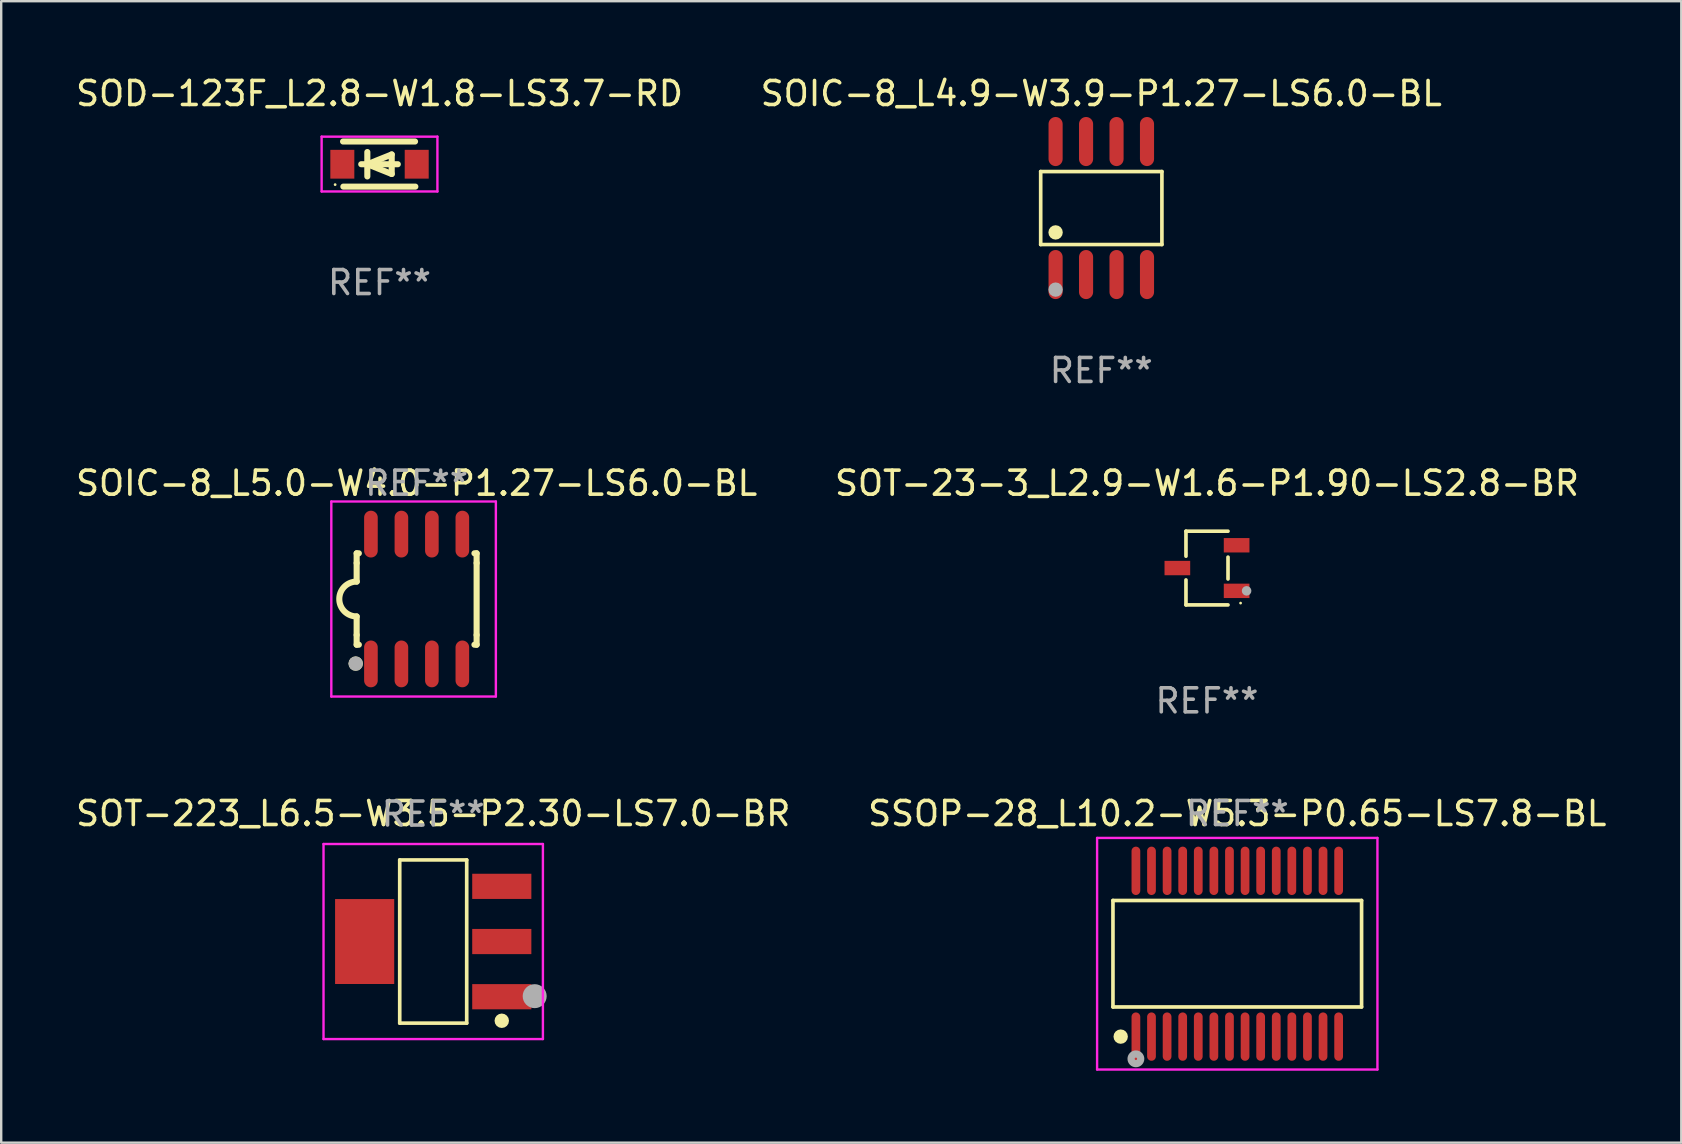
<source format=kicad_pcb>
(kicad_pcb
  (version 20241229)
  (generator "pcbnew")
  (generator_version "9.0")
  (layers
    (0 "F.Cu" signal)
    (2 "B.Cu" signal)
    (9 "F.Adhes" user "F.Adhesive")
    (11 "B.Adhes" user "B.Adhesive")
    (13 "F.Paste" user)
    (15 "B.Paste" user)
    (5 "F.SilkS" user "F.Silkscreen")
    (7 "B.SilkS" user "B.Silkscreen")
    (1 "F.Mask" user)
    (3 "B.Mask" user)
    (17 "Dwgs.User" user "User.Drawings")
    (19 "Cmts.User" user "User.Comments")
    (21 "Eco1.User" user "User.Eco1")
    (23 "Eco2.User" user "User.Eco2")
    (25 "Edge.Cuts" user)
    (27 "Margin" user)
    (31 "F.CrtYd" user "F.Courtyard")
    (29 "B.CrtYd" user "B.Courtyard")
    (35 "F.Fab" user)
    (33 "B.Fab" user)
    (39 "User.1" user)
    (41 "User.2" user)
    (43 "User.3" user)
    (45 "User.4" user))
  (footprint "SOD-123F_L2.8-W1.8-LS3.7-RD"
    (layer "F.Cu")
    (at 12.768 3.788)
    (property "Reference" "SOD-123F_L2.8-W1.8-LS3.7-RD" (at 0 -2.94 0) (layer "F.SilkS") (effects (font (size 1 1) (thickness 0.15))))
    (attr smd)
    (fp_line (start -1.52 -0.94) (end 1.48 -0.94) (stroke (width 0.254) (type solid)) (layer "F.SilkS"))
    (fp_line (start -1.507 0.94) (end 1.493 0.94) (stroke (width 0.254) (type solid)) (layer "F.SilkS"))
    (fp_line (start -0.762 0.007) (end 0.762 0.007) (stroke (width 0.254) (type solid)) (layer "F.SilkS"))
    (fp_line (start -0.508 -0.501) (end -0.508 0.515) (stroke (width 0.254) (type solid)) (layer "F.SilkS"))
    (fp_line (start -0.508 0.007) (end 0.508 -0.4) (stroke (width 0.254) (type solid)) (layer "F.SilkS"))
    (fp_line (start 0.508 -0.4) (end 0.508 0.413) (stroke (width 0.254) (type solid)) (layer "F.SilkS"))
    (fp_line (start 0.508 0.413) (end -0.508 0.007) (stroke (width 0.254) (type solid)) (layer "F.SilkS"))
    (fp_circle (center -1.85 0.857) (end -1.82 0.857) (stroke (width 0.06) (type solid)) (fill no) (layer "F.SilkS"))
    (fp_line (start -2.413 -1.143) (end 2.413 -1.143) (stroke (width 0.1) (type solid)) (layer "F.CrtYd"))
    (fp_line (start -2.413 1.143) (end -2.413 -1.143) (stroke (width 0.1) (type solid)) (layer "F.CrtYd"))
    (fp_line (start 2.413 -1.143) (end 2.413 1.143) (stroke (width 0.1) (type solid)) (layer "F.CrtYd"))
    (fp_line (start 2.413 1.143) (end -2.413 1.143) (stroke (width 0.1) (type solid)) (layer "F.CrtYd"))
    (fp_text user "REF**" (at 0 4.94 0) (layer "F.Fab") (effects (font (size 1 1) (thickness 0.15))))
    (pad "1" smd rect (at 1.55 0.007) (size 1 1.2) (layers "F.Cu" "F.Mask" "F.Paste"))
    (pad "2" smd rect (at -1.55 0.007) (size 1 1.2) (layers "F.Cu" "F.Mask" "F.Paste")))
  (footprint "SSOP-28_L10.2-W5.3-P0.65-LS7.8-BL"
    (layer "F.Cu")
    (at 48.518 36.7)
    (property "Reference" "SSOP-28_L10.2-W5.3-P0.65-LS7.8-BL" (at 0 -5.842 0) (layer "F.SilkS") (effects (font (size 1 1) (thickness 0.15))))
    (attr through_hole)
    (fp_line (start -5.181 -2.219) (end 5.181 -2.219) (stroke (width 0.152) (type solid)) (layer "F.SilkS"))
    (fp_line (start -5.181 2.219) (end -5.181 -2.219) (stroke (width 0.152) (type solid)) (layer "F.SilkS"))
    (fp_line (start 5.181 -2.219) (end 5.181 2.219) (stroke (width 0.152) (type solid)) (layer "F.SilkS"))
    (fp_line (start 5.181 2.219) (end -5.181 2.219) (stroke (width 0.152) (type solid)) (layer "F.SilkS"))
    (fp_circle (center -4.859 3.455) (end -4.709 3.455) (stroke (width 0.3) (type solid)) (fill no) (layer "F.SilkS"))
    (fp_line (start -5.842 -4.826) (end 5.842 -4.826) (stroke (width 0.1) (type solid)) (layer "F.CrtYd"))
    (fp_line (start -5.842 4.826) (end -5.842 -4.826) (stroke (width 0.1) (type solid)) (layer "F.CrtYd"))
    (fp_line (start 5.842 -4.826) (end 5.842 4.826) (stroke (width 0.1) (type solid)) (layer "F.CrtYd"))
    (fp_line (start 5.842 4.826) (end -5.842 4.826) (stroke (width 0.1) (type solid)) (layer "F.CrtYd"))
    (fp_circle (center -4.225 4.381) (end -4.174 4.381) (stroke (width 0.3) (type solid)) (fill no) (layer "F.Fab"))
    (fp_text user "REF**" (at 0 -5.842 0) (layer "F.Fab") (effects (font (size 1 1) (thickness 0.15))))
    (pad "1" smd oval (at -4.225 3.455) (size 0.364 2.015) (layers "F.Cu" "F.Mask" "F.Paste"))
    (pad "2" smd oval (at -3.575 3.455) (size 0.364 2.015) (layers "F.Cu" "F.Mask" "F.Paste"))
    (pad "3" smd oval (at -2.925 3.455) (size 0.364 2.015) (layers "F.Cu" "F.Mask" "F.Paste"))
    (pad "4" smd oval (at -2.275 3.455) (size 0.364 2.015) (layers "F.Cu" "F.Mask" "F.Paste"))
    (pad "5" smd oval (at -1.625 3.455) (size 0.364 2.015) (layers "F.Cu" "F.Mask" "F.Paste"))
    (pad "6" smd oval (at -0.975 3.455) (size 0.364 2.015) (layers "F.Cu" "F.Mask" "F.Paste"))
    (pad "7" smd oval (at -0.325 3.455) (size 0.364 2.015) (layers "F.Cu" "F.Mask" "F.Paste"))
    (pad "8" smd oval (at 0.325 3.455) (size 0.364 2.015) (layers "F.Cu" "F.Mask" "F.Paste"))
    (pad "9" smd oval (at 0.975 3.455) (size 0.364 2.015) (layers "F.Cu" "F.Mask" "F.Paste"))
    (pad "10" smd oval (at 1.625 3.455) (size 0.364 2.015) (layers "F.Cu" "F.Mask" "F.Paste"))
    (pad "11" smd oval (at 2.275 3.455) (size 0.364 2.015) (layers "F.Cu" "F.Mask" "F.Paste"))
    (pad "12" smd oval (at 2.925 3.455) (size 0.364 2.015) (layers "F.Cu" "F.Mask" "F.Paste"))
    (pad "13" smd oval (at 3.575 3.455) (size 0.364 2.015) (layers "F.Cu" "F.Mask" "F.Paste"))
    (pad "14" smd oval (at 4.225 3.455) (size 0.364 2.015) (layers "F.Cu" "F.Mask" "F.Paste"))
    (pad "15" smd oval (at 4.225 -3.455) (size 0.364 2.015) (layers "F.Cu" "F.Mask" "F.Paste"))
    (pad "16" smd oval (at 3.575 -3.455) (size 0.364 2.015) (layers "F.Cu" "F.Mask" "F.Paste"))
    (pad "17" smd oval (at 2.925 -3.455) (size 0.364 2.015) (layers "F.Cu" "F.Mask" "F.Paste"))
    (pad "18" smd oval (at 2.275 -3.455) (size 0.364 2.015) (layers "F.Cu" "F.Mask" "F.Paste"))
    (pad "19" smd oval (at 1.625 -3.455) (size 0.364 2.015) (layers "F.Cu" "F.Mask" "F.Paste"))
    (pad "20" smd oval (at 0.975 -3.455) (size 0.364 2.015) (layers "F.Cu" "F.Mask" "F.Paste"))
    (pad "21" smd oval (at 0.325 -3.455) (size 0.364 2.015) (layers "F.Cu" "F.Mask" "F.Paste"))
    (pad "22" smd oval (at -0.325 -3.455) (size 0.364 2.015) (layers "F.Cu" "F.Mask" "F.Paste"))
    (pad "23" smd oval (at -0.975 -3.455) (size 0.364 2.015) (layers "F.Cu" "F.Mask" "F.Paste"))
    (pad "24" smd oval (at -1.625 -3.455) (size 0.364 2.015) (layers "F.Cu" "F.Mask" "F.Paste"))
    (pad "25" smd oval (at -2.275 -3.455) (size 0.364 2.015) (layers "F.Cu" "F.Mask" "F.Paste"))
    (pad "26" smd oval (at -2.925 -3.455) (size 0.364 2.015) (layers "F.Cu" "F.Mask" "F.Paste"))
    (pad "27" smd oval (at -3.575 -3.455) (size 0.364 2.015) (layers "F.Cu" "F.Mask" "F.Paste"))
    (pad "28" smd oval (at -4.225 -3.455) (size 0.364 2.015) (layers "F.Cu" "F.Mask" "F.Paste")))
  (footprint "SOT-223_L6.5-W3.5-P2.30-LS7.0-BR"
    (layer "F.Cu")
    (at 15.006 36.192)
    (property "Reference" "SOT-223_L6.5-W3.5-P2.30-LS7.0-BR" (at 0 -5.334 0) (layer "F.SilkS") (effects (font (size 1 1) (thickness 0.15))))
    (attr through_hole)
    (fp_line (start -1.396 -3.401) (end 1.396 -3.401) (stroke (width 0.152) (type solid)) (layer "F.SilkS"))
    (fp_line (start -1.396 3.401) (end -1.396 -3.401) (stroke (width 0.152) (type solid)) (layer "F.SilkS"))
    (fp_line (start 1.396 -3.401) (end 1.396 3.401) (stroke (width 0.152) (type solid)) (layer "F.SilkS"))
    (fp_line (start 1.396 3.401) (end -1.396 3.401) (stroke (width 0.152) (type solid)) (layer "F.SilkS"))
    (fp_circle (center 2.857 3.302) (end 3.008 3.302) (stroke (width 0.3) (type solid)) (fill no) (layer "F.SilkS"))
    (fp_line (start -4.572 -4.064) (end 4.572 -4.064) (stroke (width 0.1) (type solid)) (layer "F.CrtYd"))
    (fp_line (start -4.572 4.064) (end -4.572 -4.064) (stroke (width 0.1) (type solid)) (layer "F.CrtYd"))
    (fp_line (start 4.572 -4.064) (end 4.572 4.064) (stroke (width 0.1) (type solid)) (layer "F.CrtYd"))
    (fp_line (start 4.572 4.064) (end -4.572 4.064) (stroke (width 0.1) (type solid)) (layer "F.CrtYd"))
    (fp_circle (center 4.229 2.277) (end 4.479 2.277) (stroke (width 0.5) (type solid)) (fill no) (layer "F.Fab"))
    (fp_text user "REF**" (at 0 -5.313 0) (layer "F.Fab") (effects (font (size 1 1) (thickness 0.15))))
    (pad "1" smd rect (at 2.858 2.3) (size 2.465 1.05) (layers "F.Cu" "F.Mask" "F.Paste"))
    (pad "2" smd rect (at 2.858 0) (size 2.465 1.05) (layers "F.Cu" "F.Mask" "F.Paste"))
    (pad "3" smd rect (at 2.858 -2.3) (size 2.465 1.05) (layers "F.Cu" "F.Mask" "F.Paste"))
    (pad "4" smd rect (at -2.858 0) (size 2.465 3.54) (layers "F.Cu" "F.Mask" "F.Paste")))
  (footprint "SOIC-8_L5.0-W4.0-P1.27-LS6.0-BL"
    (layer "F.Cu")
    (at 14.315 21.916)
    (property "Reference" "SOIC-8_L5.0-W4.0-P1.27-LS6.0-BL" (at 0 -4.826 0) (layer "F.SilkS") (effects (font (size 1 1) (thickness 0.15))))
    (attr through_hole)
    (fp_line (start -2.5 -1.905) (end -2.409 -1.905) (stroke (width 0.254) (type solid)) (layer "F.SilkS"))
    (fp_line (start -2.5 -1.5) (end -2.5 -1.905) (stroke (width 0.254) (type solid)) (layer "F.SilkS"))
    (fp_line (start -2.5 -1.5) (end -2.5 -0.726) (stroke (width 0.254) (type solid)) (layer "F.SilkS"))
    (fp_line (start -2.5 1.5) (end -2.5 0.727) (stroke (width 0.254) (type solid)) (layer "F.SilkS"))
    (fp_line (start -2.5 1.5) (end -2.5 1.905) (stroke (width 0.254) (type solid)) (layer "F.SilkS"))
    (fp_line (start -2.5 1.905) (end -2.409 1.905) (stroke (width 0.254) (type solid)) (layer "F.SilkS"))
    (fp_line (start 2.5 -1.905) (end 2.409 -1.905) (stroke (width 0.254) (type solid)) (layer "F.SilkS"))
    (fp_line (start 2.5 -1.5) (end 2.5 -1.905) (stroke (width 0.254) (type solid)) (layer "F.SilkS"))
    (fp_line (start 2.5 -1.5) (end 2.5 1.5) (stroke (width 0.254) (type solid)) (layer "F.SilkS"))
    (fp_line (start 2.5 1.5) (end 2.5 1.905) (stroke (width 0.254) (type solid)) (layer "F.SilkS"))
    (fp_line (start 2.5 1.905) (end 2.409 1.905) (stroke (width 0.254) (type solid)) (layer "F.SilkS"))
    (fp_arc (start -2.5 0.726568) (mid -3.220316 -0.0023) (end -2.495097 -0.726289) (stroke (width 0.254001) (type solid)) (layer "F.SilkS"))
    (fp_circle (center -2.54 2.692) (end -2.39 2.692) (stroke (width 0.3) (type solid)) (fill no) (layer "F.SilkS"))
    (fp_line (start -3.556 -4.064) (end 3.302 -4.064) (stroke (width 0.1) (type solid)) (layer "F.CrtYd"))
    (fp_line (start -3.556 4.064) (end -3.556 -4.064) (stroke (width 0.1) (type solid)) (layer "F.CrtYd"))
    (fp_line (start 3.302 -4.064) (end 3.302 4.064) (stroke (width 0.1) (type solid)) (layer "F.CrtYd"))
    (fp_line (start 3.302 4.064) (end -3.556 4.064) (stroke (width 0.1) (type solid)) (layer "F.CrtYd"))
    (fp_circle (center -2.54 2.692) (end -2.39 2.692) (stroke (width 0.3) (type solid)) (fill no) (layer "F.Fab"))
    (fp_text user "REF**" (at 0 -4.826 0) (layer "F.Fab") (effects (font (size 1 1) (thickness 0.15))))
    (pad "1" smd oval (at -1.905 2.705) (size 0.568 1.95) (layers "F.Cu" "F.Mask" "F.Paste"))
    (pad "2" smd oval (at -0.635 2.705) (size 0.568 1.95) (layers "F.Cu" "F.Mask" "F.Paste"))
    (pad "3" smd oval (at 0.635 2.705) (size 0.568 1.95) (layers "F.Cu" "F.Mask" "F.Paste"))
    (pad "4" smd oval (at 1.905 2.705) (size 0.568 1.95) (layers "F.Cu" "F.Mask" "F.Paste"))
    (pad "5" smd oval (at 1.905 -2.705) (size 0.568 1.95) (layers "F.Cu" "F.Mask" "F.Paste"))
    (pad "6" smd oval (at 0.635 -2.705) (size 0.568 1.95) (layers "F.Cu" "F.Mask" "F.Paste"))
    (pad "7" smd oval (at -0.635 -2.705) (size 0.568 1.95) (layers "F.Cu" "F.Mask" "F.Paste"))
    (pad "8" smd oval (at -1.905 -2.705) (size 0.568 1.95) (layers "F.Cu" "F.Mask" "F.Paste")))
  (footprint "SOT-23-3_L2.9-W1.6-P1.90-LS2.8-BR"
    (layer "F.Cu")
    (at 47.256 20.626)
    (property "Reference" "SOT-23-3_L2.9-W1.6-P1.90-LS2.8-BR" (at 0 -3.536 0) (layer "F.SilkS") (effects (font (size 1 1) (thickness 0.15))))
    (attr through_hole)
    (fp_line (start -0.876 -1.536) (end -0.876 -0.495) (stroke (width 0.152) (type solid)) (layer "F.SilkS"))
    (fp_line (start -0.876 1.536) (end -0.876 0.495) (stroke (width 0.152) (type solid)) (layer "F.SilkS"))
    (fp_line (start 0.876 -1.536) (end -0.876 -1.536) (stroke (width 0.152) (type solid)) (layer "F.SilkS"))
    (fp_line (start 0.876 -0.455) (end 0.876 0.455) (stroke (width 0.152) (type solid)) (layer "F.SilkS"))
    (fp_line (start 0.876 1.536) (end -0.876 1.536) (stroke (width 0.152) (type solid)) (layer "F.SilkS"))
    (fp_circle (center 1.4 1.46) (end 1.43 1.46) (stroke (width 0.06) (type solid)) (fill no) (layer "F.SilkS"))
    (fp_circle (center 1.651 0.95) (end 1.751 0.95) (stroke (width 0.2) (type solid)) (fill no) (layer "F.Fab"))
    (fp_text user "REF**" (at 0 5.536 0) (layer "F.Fab") (effects (font (size 1 1) (thickness 0.15))))
    (pad "1" smd rect (at 1.235 0.95) (size 1.07 0.6) (layers "F.Cu" "F.Mask" "F.Paste"))
    (pad "2" smd rect (at 1.235 -0.95) (size 1.07 0.6) (layers "F.Cu" "F.Mask" "F.Paste"))
    (pad "3" smd rect (at -1.235 0) (size 1.07 0.6) (layers "F.Cu" "F.Mask" "F.Paste")))
  (footprint "SOIC-8_L4.9-W3.9-P1.27-LS6.0-BL"
    (layer "F.Cu")
    (at 42.851 5.621)
    (property "Reference" "SOIC-8_L4.9-W3.9-P1.27-LS6.0-BL" (at 0 -4.772 0) (layer "F.SilkS") (effects (font (size 1 1) (thickness 0.15))))
    (attr through_hole)
    (fp_line (start -2.526 -1.521) (end 2.526 -1.521) (stroke (width 0.152) (type solid)) (layer "F.SilkS"))
    (fp_line (start -2.526 1.521) (end -2.526 -1.521) (stroke (width 0.152) (type solid)) (layer "F.SilkS"))
    (fp_line (start 2.526 -1.521) (end 2.526 1.521) (stroke (width 0.152) (type solid)) (layer "F.SilkS"))
    (fp_line (start 2.526 1.521) (end -2.526 1.521) (stroke (width 0.152) (type solid)) (layer "F.SilkS"))
    (fp_circle (center -1.905 1.016) (end -1.755 1.016) (stroke (width 0.3) (type solid)) (fill no) (layer "F.SilkS"))
    (fp_circle (center -1.905 3.4) (end -1.755 3.4) (stroke (width 0.3) (type solid)) (fill no) (layer "F.Fab"))
    (fp_text user "REF**" (at 0 6.772 0) (layer "F.Fab") (effects (font (size 1 1) (thickness 0.15))))
    (pad "1" smd oval (at -1.905 2.772) (size 0.588 2.045) (layers "F.Cu" "F.Mask" "F.Paste"))
    (pad "2" smd oval (at -0.635 2.772) (size 0.588 2.045) (layers "F.Cu" "F.Mask" "F.Paste"))
    (pad "3" smd oval (at 0.635 2.772) (size 0.588 2.045) (layers "F.Cu" "F.Mask" "F.Paste"))
    (pad "4" smd oval (at 1.905 2.772) (size 0.588 2.045) (layers "F.Cu" "F.Mask" "F.Paste"))
    (pad "5" smd oval (at 1.905 -2.772) (size 0.588 2.045) (layers "F.Cu" "F.Mask" "F.Paste"))
    (pad "6" smd oval (at 0.635 -2.772) (size 0.588 2.045) (layers "F.Cu" "F.Mask" "F.Paste"))
    (pad "7" smd oval (at -0.635 -2.772) (size 0.588 2.045) (layers "F.Cu" "F.Mask" "F.Paste"))
    (pad "8" smd oval (at -1.905 -2.772) (size 0.588 2.045) (layers "F.Cu" "F.Mask" "F.Paste")))
  (gr_rect
    (start -3 -3)
    (end 67.024 44.576)
    (stroke (width 0.1) (type default))
    (fill no)
    (layer "Edge.Cuts")))
</source>
